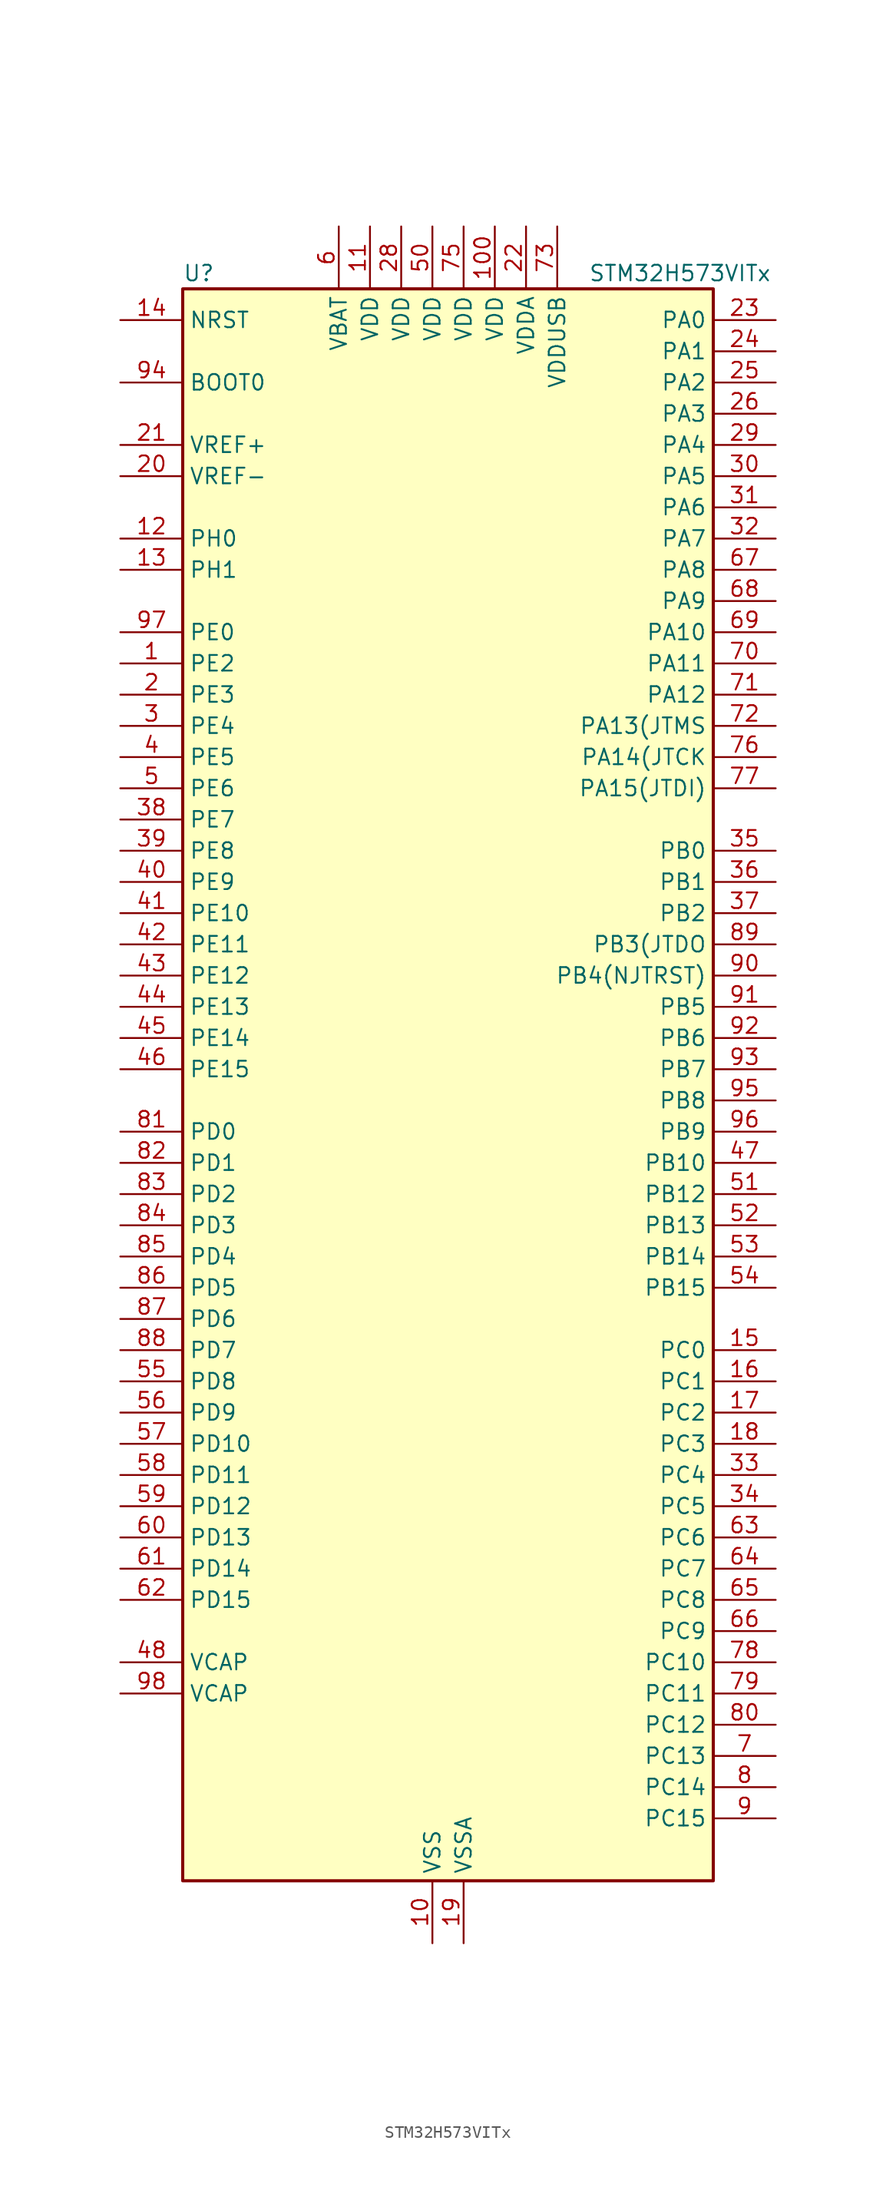
<source format=kicad_sym>
(kicad_symbol_lib
  (version 20231120)
  (generator "kicad_symbol_editor")
  (generator_version "8.0")
  (symbol "STM32H573VITx"
    (property "Reference" "U"
      (at -20.32 67.31 0)
      (effects (font (size 1.27 1.27)) (justify left)))
    (property "Value" "STM32H573VITx"
      (at 12.7 67.31 0)
      (effects (font (size 1.27 1.27)) (justify left)))
    (property "ki_locked" ""
      (at 0 0 0)
      (effects (font (size 1.27 1.27))))
    (symbol "STM32H573VITx_0_1"
      (rectangle (start -20.32 -63.5) (end 22.86 66.04) (stroke (width 0.254) (type default)) (fill (type background))))
    (symbol "STM32H573VITx_1_1"
      (pin bidirectional line (at -25.4 35.56 0) (length 5.08) (name "PE2" (effects (font (size 1.27 1.27)))) (number "1" (effects (font (size 1.27 1.27)))) (alternate "DCMI_D3" bidirectional line) (alternate "DEBUG_TRACECLK" bidirectional line) (alternate "ETH_TXD3" bidirectional line) (alternate "FMC_A23" bidirectional line) (alternate "LPTIM1_IN2" bidirectional line) (alternate "OCTOSPI1_IO2" bidirectional line) (alternate "PSSI_D3" bidirectional line) (alternate "SAI1_CK1" bidirectional line) (alternate "SAI1_MCLK_A" bidirectional line) (alternate "SPI4_SCK" bidirectional line) (alternate "UART8_TX" bidirectional line) (alternate "USART10_RX" bidirectional line))
      (pin power_in line (at 0 -68.58 90) (length 5.08) (name "VSS" (effects (font (size 1.27 1.27)))) (number "10" (effects (font (size 1.27 1.27)))))
      (pin power_in line (at 5.08 71.12 270) (length 5.08) (name "VDD" (effects (font (size 1.27 1.27)))) (number "100" (effects (font (size 1.27 1.27)))))
      (pin power_in line (at -5.08 71.12 270) (length 5.08) (name "VDD" (effects (font (size 1.27 1.27)))) (number "11" (effects (font (size 1.27 1.27)))))
      (pin bidirectional line (at -25.4 45.72 0) (length 5.08) (name "PH0" (effects (font (size 1.27 1.27)))) (number "12" (effects (font (size 1.27 1.27)))) (alternate "RCC_OSC_IN" bidirectional line))
      (pin bidirectional line (at -25.4 43.18 0) (length 5.08) (name "PH1" (effects (font (size 1.27 1.27)))) (number "13" (effects (font (size 1.27 1.27)))) (alternate "RCC_OSC_OUT" bidirectional line))
      (pin input line (at -25.4 63.5 0) (length 5.08) (name "NRST" (effects (font (size 1.27 1.27)))) (number "14" (effects (font (size 1.27 1.27)))))
      (pin bidirectional line (at 27.94 -20.32 180) (length 5.08) (name "PC0" (effects (font (size 1.27 1.27)))) (number "15" (effects (font (size 1.27 1.27)))) (alternate "ADC1_INP10" bidirectional line) (alternate "ADC2_INP10" bidirectional line) (alternate "FMC_A25" bidirectional line) (alternate "FMC_SDNWE" bidirectional line) (alternate "OCTOSPI1_IO7" bidirectional line) (alternate "SAI1_MCLK_A" bidirectional line) (alternate "SAI2_FS_B" bidirectional line) (alternate "SPI2_RDY" bidirectional line) (alternate "TIM16_BKIN" bidirectional line))
      (pin bidirectional line (at 27.94 -22.86 180) (length 5.08) (name "PC1" (effects (font (size 1.27 1.27)))) (number "16" (effects (font (size 1.27 1.27)))) (alternate "ADC1_INN10" bidirectional line) (alternate "ADC1_INP11" bidirectional line) (alternate "ADC2_INN10" bidirectional line) (alternate "ADC2_INP11" bidirectional line) (alternate "DEBUG_TRACED0" bidirectional line) (alternate "ETH_MDC" bidirectional line) (alternate "I2S2_SDO" bidirectional line) (alternate "OCTOSPI1_IO4" bidirectional line) (alternate "PWR_WKUP6" bidirectional line) (alternate "SAI1_D1" bidirectional line) (alternate "SAI1_SD_A" bidirectional line) (alternate "SAI2_SD_A" bidirectional line) (alternate "SPI2_MOSI" bidirectional line) (alternate "TAMP_IN3" bidirectional line) (alternate "TAMP_OUT5" bidirectional line) (alternate "USART11_RTS" bidirectional line))
      (pin bidirectional line (at 27.94 -25.4 180) (length 5.08) (name "PC2" (effects (font (size 1.27 1.27)))) (number "17" (effects (font (size 1.27 1.27)))) (alternate "ADC1_INN11" bidirectional line) (alternate "ADC1_INP12" bidirectional line) (alternate "ADC2_INN11" bidirectional line) (alternate "ADC2_INP12" bidirectional line) (alternate "ETH_TXD2" bidirectional line) (alternate "FMC_SDNE0" bidirectional line) (alternate "I2S2_SDI" bidirectional line) (alternate "OCTOSPI1_IO2" bidirectional line) (alternate "OCTOSPI1_IO5" bidirectional line) (alternate "PWR_CSLEEP" bidirectional line) (alternate "SPI2_MISO" bidirectional line) (alternate "TIM17_CH1" bidirectional line) (alternate "TIM4_CH4" bidirectional line))
      (pin bidirectional line (at 27.94 -27.94 180) (length 5.08) (name "PC3" (effects (font (size 1.27 1.27)))) (number "18" (effects (font (size 1.27 1.27)))) (alternate "ADC1_INN12" bidirectional line) (alternate "ADC1_INP13" bidirectional line) (alternate "ADC2_INN12" bidirectional line) (alternate "ADC2_INP13" bidirectional line) (alternate "ETH_TX_CLK" bidirectional line) (alternate "FMC_SDCKE0" bidirectional line) (alternate "I2S2_SDO" bidirectional line) (alternate "LPTIM3_CH1" bidirectional line) (alternate "OCTOSPI1_IO0" bidirectional line) (alternate "OCTOSPI1_IO6" bidirectional line) (alternate "PWR_CSTOP" bidirectional line) (alternate "SAI1_D3" bidirectional line) (alternate "SPI2_MOSI" bidirectional line))
      (pin power_in line (at 2.54 -68.58 90) (length 5.08) (name "VSSA" (effects (font (size 1.27 1.27)))) (number "19" (effects (font (size 1.27 1.27)))))
      (pin bidirectional line (at -25.4 33.02 0) (length 5.08) (name "PE3" (effects (font (size 1.27 1.27)))) (number "2" (effects (font (size 1.27 1.27)))) (alternate "DEBUG_TRACED0" bidirectional line) (alternate "FMC_A19" bidirectional line) (alternate "SAI1_SD_B" bidirectional line) (alternate "TAMP_IN6" bidirectional line) (alternate "TAMP_OUT3" bidirectional line) (alternate "TIM15_BKIN" bidirectional line) (alternate "USART10_TX" bidirectional line))
      (pin input line (at -25.4 50.8 0) (length 5.08) (name "VREF-" (effects (font (size 1.27 1.27)))) (number "20" (effects (font (size 1.27 1.27)))))
      (pin input line (at -25.4 53.34 0) (length 5.08) (name "VREF+" (effects (font (size 1.27 1.27)))) (number "21" (effects (font (size 1.27 1.27)))))
      (pin power_in line (at 7.62 71.12 270) (length 5.08) (name "VDDA" (effects (font (size 1.27 1.27)))) (number "22" (effects (font (size 1.27 1.27)))))
      (pin bidirectional line (at 27.94 63.5 180) (length 5.08) (name "PA0" (effects (font (size 1.27 1.27)))) (number "23" (effects (font (size 1.27 1.27)))) (alternate "ADC1_INN1" bidirectional line) (alternate "ADC1_INP0" bidirectional line) (alternate "ADC2_INN1" bidirectional line) (alternate "ADC2_INP0" bidirectional line) (alternate "ETH_CRS" bidirectional line) (alternate "PWR_WKUP1" bidirectional line) (alternate "SAI2_SD_B" bidirectional line) (alternate "SPI3_RDY" bidirectional line) (alternate "SPI6_NSS" bidirectional line) (alternate "TAMP_IN2" bidirectional line) (alternate "TAMP_OUT1" bidirectional line) (alternate "TIM15_BKIN" bidirectional line) (alternate "TIM2_CH1" bidirectional line) (alternate "TIM2_ETR" bidirectional line) (alternate "TIM5_CH1" bidirectional line) (alternate "TIM8_ETR" bidirectional line) (alternate "UART4_TX" bidirectional line) (alternate "USART2_CTS" bidirectional line) (alternate "USART2_NSS" bidirectional line))
      (pin bidirectional line (at 27.94 60.96 180) (length 5.08) (name "PA1" (effects (font (size 1.27 1.27)))) (number "24" (effects (font (size 1.27 1.27)))) (alternate "ADC1_INP1" bidirectional line) (alternate "ADC2_INP1" bidirectional line) (alternate "ETH_REF_CLK" bidirectional line) (alternate "ETH_RX_CLK" bidirectional line) (alternate "LPTIM1_IN1" bidirectional line) (alternate "OCTOSPI1_DQS" bidirectional line) (alternate "OCTOSPI1_IO3" bidirectional line) (alternate "SAI2_MCLK_B" bidirectional line) (alternate "TAMP_IN5" bidirectional line) (alternate "TAMP_OUT4" bidirectional line) (alternate "TIM15_CH1N" bidirectional line) (alternate "TIM2_CH2" bidirectional line) (alternate "TIM5_CH2" bidirectional line) (alternate "UART4_RX" bidirectional line) (alternate "USART2_RTS" bidirectional line))
      (pin bidirectional line (at 27.94 58.42 180) (length 5.08) (name "PA2" (effects (font (size 1.27 1.27)))) (number "25" (effects (font (size 1.27 1.27)))) (alternate "ADC1_INP14" bidirectional line) (alternate "ADC2_INP14" bidirectional line) (alternate "ETH_MDIO" bidirectional line) (alternate "LPTIM1_IN2" bidirectional line) (alternate "PWR_WKUP2" bidirectional line) (alternate "SAI2_SCK_B" bidirectional line) (alternate "TAMP_IN4" bidirectional line) (alternate "TAMP_OUT3" bidirectional line) (alternate "TIM15_CH1" bidirectional line) (alternate "TIM2_CH3" bidirectional line) (alternate "TIM5_CH3" bidirectional line) (alternate "USART2_TX" bidirectional line))
      (pin bidirectional line (at 27.94 55.88 180) (length 5.08) (name "PA3" (effects (font (size 1.27 1.27)))) (number "26" (effects (font (size 1.27 1.27)))) (alternate "ADC1_INP15" bidirectional line) (alternate "ADC2_INP15" bidirectional line) (alternate "ETH_COL" bidirectional line) (alternate "I2S2_WS" bidirectional line) (alternate "OCTOSPI1_CLK" bidirectional line) (alternate "SAI1_SD_B" bidirectional line) (alternate "SPI2_NSS" bidirectional line) (alternate "TIM15_CH2" bidirectional line) (alternate "TIM2_CH4" bidirectional line) (alternate "TIM5_CH4" bidirectional line) (alternate "USART2_RX" bidirectional line))
      (pin passive line (at 0 -68.58 90) (length 5.08) hide (name "VSS" (effects (font (size 1.27 1.27)))) (number "27" (effects (font (size 1.27 1.27)))))
      (pin power_in line (at -2.54 71.12 270) (length 5.08) (name "VDD" (effects (font (size 1.27 1.27)))) (number "28" (effects (font (size 1.27 1.27)))))
      (pin bidirectional line (at 27.94 53.34 180) (length 5.08) (name "PA4" (effects (font (size 1.27 1.27)))) (number "29" (effects (font (size 1.27 1.27)))) (alternate "ADC1_INP18" bidirectional line) (alternate "ADC2_INP18" bidirectional line) (alternate "DAC1_OUT1" bidirectional line) (alternate "DCMI_HSYNC" bidirectional line) (alternate "I2S1_WS" bidirectional line) (alternate "I2S3_WS" bidirectional line) (alternate "LPTIM2_CH1" bidirectional line) (alternate "PSSI_DE" bidirectional line) (alternate "SPI1_NSS" bidirectional line) (alternate "SPI3_NSS" bidirectional line) (alternate "SPI6_NSS" bidirectional line) (alternate "TIM5_ETR" bidirectional line) (alternate "USART2_CK" bidirectional line))
      (pin bidirectional line (at -25.4 30.48 0) (length 5.08) (name "PE4" (effects (font (size 1.27 1.27)))) (number "3" (effects (font (size 1.27 1.27)))) (alternate "DCMI_D4" bidirectional line) (alternate "DEBUG_TRACED1" bidirectional line) (alternate "FMC_A20" bidirectional line) (alternate "PSSI_D4" bidirectional line) (alternate "SAI1_D2" bidirectional line) (alternate "SAI1_FS_A" bidirectional line) (alternate "SPI4_NSS" bidirectional line) (alternate "TAMP_IN7" bidirectional line) (alternate "TAMP_OUT8" bidirectional line) (alternate "TIM15_CH1N" bidirectional line))
      (pin bidirectional line (at 27.94 50.8 180) (length 5.08) (name "PA5" (effects (font (size 1.27 1.27)))) (number "30" (effects (font (size 1.27 1.27)))) (alternate "ADC1_INN18" bidirectional line) (alternate "ADC1_INP19" bidirectional line) (alternate "ADC2_INN18" bidirectional line) (alternate "ADC2_INP19" bidirectional line) (alternate "DAC1_OUT2" bidirectional line) (alternate "ETH_TX_EN" bidirectional line) (alternate "I2S1_CK" bidirectional line) (alternate "PSSI_D14" bidirectional line) (alternate "SPI1_SCK" bidirectional line) (alternate "SPI6_SCK" bidirectional line) (alternate "TIM2_CH1" bidirectional line) (alternate "TIM2_ETR" bidirectional line) (alternate "TIM8_CH1N" bidirectional line))
      (pin bidirectional line (at 27.94 48.26 180) (length 5.08) (name "PA6" (effects (font (size 1.27 1.27)))) (number "31" (effects (font (size 1.27 1.27)))) (alternate "ADC1_INP3" bidirectional line) (alternate "ADC2_INP3" bidirectional line) (alternate "DCMI_PIXCLK" bidirectional line) (alternate "I2S1_SDI" bidirectional line) (alternate "OCTOSPI1_IO3" bidirectional line) (alternate "PSSI_PDCK" bidirectional line) (alternate "SPI1_MISO" bidirectional line) (alternate "SPI6_MISO" bidirectional line) (alternate "TIM13_CH1" bidirectional line) (alternate "TIM1_BKIN" bidirectional line) (alternate "TIM3_CH1" bidirectional line) (alternate "TIM8_BKIN" bidirectional line) (alternate "USART11_TX" bidirectional line))
      (pin bidirectional line (at 27.94 45.72 180) (length 5.08) (name "PA7" (effects (font (size 1.27 1.27)))) (number "32" (effects (font (size 1.27 1.27)))) (alternate "ADC1_INN3" bidirectional line) (alternate "ADC1_INP7" bidirectional line) (alternate "ADC2_INN3" bidirectional line) (alternate "ADC2_INP7" bidirectional line) (alternate "ETH_CRS_DV" bidirectional line) (alternate "ETH_RX_DV" bidirectional line) (alternate "FMC_NWE" bidirectional line) (alternate "FMC_SDNWE" bidirectional line) (alternate "I2S1_SDO" bidirectional line) (alternate "OCTOSPI1_IO2" bidirectional line) (alternate "SPI1_MOSI" bidirectional line) (alternate "SPI6_MOSI" bidirectional line) (alternate "TIM14_CH1" bidirectional line) (alternate "TIM1_CH1N" bidirectional line) (alternate "TIM3_CH2" bidirectional line) (alternate "TIM8_CH1N" bidirectional line) (alternate "USART11_RX" bidirectional line))
      (pin bidirectional line (at 27.94 -30.48 180) (length 5.08) (name "PC4" (effects (font (size 1.27 1.27)))) (number "33" (effects (font (size 1.27 1.27)))) (alternate "ADC1_INP4" bidirectional line) (alternate "ADC2_INP4" bidirectional line) (alternate "ETH_RXD0" bidirectional line) (alternate "FMC_SDNE0" bidirectional line) (alternate "I2S1_MCK" bidirectional line) (alternate "LPTIM2_ETR" bidirectional line) (alternate "SAI1_CK1" bidirectional line) (alternate "TIM2_CH4" bidirectional line) (alternate "USART3_RX" bidirectional line))
      (pin bidirectional line (at 27.94 -33.02 180) (length 5.08) (name "PC5" (effects (font (size 1.27 1.27)))) (number "34" (effects (font (size 1.27 1.27)))) (alternate "ADC1_INN4" bidirectional line) (alternate "ADC1_INP8" bidirectional line) (alternate "ADC2_INN4" bidirectional line) (alternate "ADC2_INP8" bidirectional line) (alternate "ETH_RXD1" bidirectional line) (alternate "FMC_SDCKE0" bidirectional line) (alternate "OCTOSPI1_DQS" bidirectional line) (alternate "PSSI_D15" bidirectional line) (alternate "SAI1_D3" bidirectional line) (alternate "SAI1_FS_A" bidirectional line) (alternate "TIM1_CH4N" bidirectional line) (alternate "UART12_RTS" bidirectional line))
      (pin bidirectional line (at 27.94 20.32 180) (length 5.08) (name "PB0" (effects (font (size 1.27 1.27)))) (number "35" (effects (font (size 1.27 1.27)))) (alternate "ADC1_INN5" bidirectional line) (alternate "ADC1_INP9" bidirectional line) (alternate "ADC2_INN5" bidirectional line) (alternate "ADC2_INP9" bidirectional line) (alternate "ETH_RXD2" bidirectional line) (alternate "LPTIM3_CH1" bidirectional line) (alternate "OCTOSPI1_IO1" bidirectional line) (alternate "TIM1_CH2N" bidirectional line) (alternate "TIM3_CH3" bidirectional line) (alternate "TIM8_CH2N" bidirectional line) (alternate "UART4_CTS" bidirectional line) (alternate "USART11_CK" bidirectional line))
      (pin bidirectional line (at 27.94 17.78 180) (length 5.08) (name "PB1" (effects (font (size 1.27 1.27)))) (number "36" (effects (font (size 1.27 1.27)))) (alternate "ADC1_INP5" bidirectional line) (alternate "ADC2_INP5" bidirectional line) (alternate "ETH_RXD3" bidirectional line) (alternate "LPTIM3_CH2" bidirectional line) (alternate "OCTOSPI1_IO0" bidirectional line) (alternate "TIM1_CH3N" bidirectional line) (alternate "TIM3_CH4" bidirectional line) (alternate "TIM8_CH3N" bidirectional line))
      (pin bidirectional line (at 27.94 15.24 180) (length 5.08) (name "PB2" (effects (font (size 1.27 1.27)))) (number "37" (effects (font (size 1.27 1.27)))) (alternate "I2S3_SDO" bidirectional line) (alternate "LPTIM1_CH1" bidirectional line) (alternate "LPTIM5_ETR" bidirectional line) (alternate "OCTOSPI1_CLK" bidirectional line) (alternate "OCTOSPI1_DQS" bidirectional line) (alternate "RCC_LSCO" bidirectional line) (alternate "RTC_OUT2" bidirectional line) (alternate "SAI1_D1" bidirectional line) (alternate "SAI1_SD_A" bidirectional line) (alternate "SDMMC1_CMD" bidirectional line) (alternate "SPI1_RDY" bidirectional line) (alternate "SPI3_MOSI" bidirectional line) (alternate "TIM8_CH4N" bidirectional line))
      (pin bidirectional line (at -25.4 22.86 0) (length 5.08) (name "PE7" (effects (font (size 1.27 1.27)))) (number "38" (effects (font (size 1.27 1.27)))) (alternate "FMC_D4" bidirectional line) (alternate "FMC_DA4" bidirectional line) (alternate "OCTOSPI1_IO4" bidirectional line) (alternate "TIM1_ETR" bidirectional line) (alternate "UART12_RTS" bidirectional line) (alternate "UART7_RX" bidirectional line))
      (pin bidirectional line (at -25.4 20.32 0) (length 5.08) (name "PE8" (effects (font (size 1.27 1.27)))) (number "39" (effects (font (size 1.27 1.27)))) (alternate "FMC_D5" bidirectional line) (alternate "FMC_DA5" bidirectional line) (alternate "OCTOSPI1_IO5" bidirectional line) (alternate "TIM1_CH1N" bidirectional line) (alternate "UART12_CTS" bidirectional line) (alternate "UART7_TX" bidirectional line))
      (pin bidirectional line (at -25.4 27.94 0) (length 5.08) (name "PE5" (effects (font (size 1.27 1.27)))) (number "4" (effects (font (size 1.27 1.27)))) (alternate "DCMI_D6" bidirectional line) (alternate "DEBUG_TRACED2" bidirectional line) (alternate "FMC_A21" bidirectional line) (alternate "PSSI_D6" bidirectional line) (alternate "SAI1_CK2" bidirectional line) (alternate "SAI1_SCK_A" bidirectional line) (alternate "SPI4_MISO" bidirectional line) (alternate "TAMP_IN8" bidirectional line) (alternate "TAMP_OUT7" bidirectional line) (alternate "TIM15_CH1" bidirectional line))
      (pin bidirectional line (at -25.4 17.78 0) (length 5.08) (name "PE9" (effects (font (size 1.27 1.27)))) (number "40" (effects (font (size 1.27 1.27)))) (alternate "DAC1_EXTI9" bidirectional line) (alternate "FMC_D6" bidirectional line) (alternate "FMC_DA6" bidirectional line) (alternate "OCTOSPI1_IO6" bidirectional line) (alternate "TIM1_CH1" bidirectional line) (alternate "UART12_RX" bidirectional line) (alternate "UART7_RTS" bidirectional line))
      (pin bidirectional line (at -25.4 15.24 0) (length 5.08) (name "PE10" (effects (font (size 1.27 1.27)))) (number "41" (effects (font (size 1.27 1.27)))) (alternate "FMC_D7" bidirectional line) (alternate "FMC_DA7" bidirectional line) (alternate "OCTOSPI1_IO7" bidirectional line) (alternate "TIM1_CH2N" bidirectional line) (alternate "UART12_TX" bidirectional line) (alternate "UART7_CTS" bidirectional line))
      (pin bidirectional line (at -25.4 12.7 0) (length 5.08) (name "PE11" (effects (font (size 1.27 1.27)))) (number "42" (effects (font (size 1.27 1.27)))) (alternate "ADC1_EXTI11" bidirectional line) (alternate "ADC2_EXTI11" bidirectional line) (alternate "FMC_D8" bidirectional line) (alternate "FMC_DA8" bidirectional line) (alternate "OCTOSPI1_NCS" bidirectional line) (alternate "SAI2_SD_B" bidirectional line) (alternate "SPI1_RDY" bidirectional line) (alternate "SPI4_NSS" bidirectional line) (alternate "TIM1_CH2" bidirectional line))
      (pin bidirectional line (at -25.4 10.16 0) (length 5.08) (name "PE12" (effects (font (size 1.27 1.27)))) (number "43" (effects (font (size 1.27 1.27)))) (alternate "FMC_D9" bidirectional line) (alternate "FMC_DA9" bidirectional line) (alternate "SAI2_SCK_B" bidirectional line) (alternate "SPI4_SCK" bidirectional line) (alternate "TIM1_CH3N" bidirectional line))
      (pin bidirectional line (at -25.4 7.62 0) (length 5.08) (name "PE13" (effects (font (size 1.27 1.27)))) (number "44" (effects (font (size 1.27 1.27)))) (alternate "FMC_D10" bidirectional line) (alternate "FMC_DA10" bidirectional line) (alternate "SAI2_FS_B" bidirectional line) (alternate "SPI4_MISO" bidirectional line) (alternate "TIM1_CH3" bidirectional line))
      (pin bidirectional line (at -25.4 5.08 0) (length 5.08) (name "PE14" (effects (font (size 1.27 1.27)))) (number "45" (effects (font (size 1.27 1.27)))) (alternate "FMC_D11" bidirectional line) (alternate "FMC_DA11" bidirectional line) (alternate "SAI2_MCLK_B" bidirectional line) (alternate "SPI4_MOSI" bidirectional line) (alternate "TIM1_CH4" bidirectional line))
      (pin bidirectional line (at -25.4 2.54 0) (length 5.08) (name "PE15" (effects (font (size 1.27 1.27)))) (number "46" (effects (font (size 1.27 1.27)))) (alternate "ADC1_EXTI15" bidirectional line) (alternate "ADC2_EXTI15" bidirectional line) (alternate "FMC_D12" bidirectional line) (alternate "FMC_DA12" bidirectional line) (alternate "TIM1_BKIN" bidirectional line) (alternate "TIM1_CH4N" bidirectional line) (alternate "USART10_CK" bidirectional line))
      (pin bidirectional line (at 27.94 -5.08 180) (length 5.08) (name "PB10" (effects (font (size 1.27 1.27)))) (number "47" (effects (font (size 1.27 1.27)))) (alternate "ETH_RX_ER" bidirectional line) (alternate "I2C2_SCL" bidirectional line) (alternate "I2S2_CK" bidirectional line) (alternate "LPTIM2_IN1" bidirectional line) (alternate "LPTIM3_CH1" bidirectional line) (alternate "OCTOSPI1_NCS" bidirectional line) (alternate "SPI2_SCK" bidirectional line) (alternate "TIM2_CH3" bidirectional line) (alternate "USART3_TX" bidirectional line))
      (pin power_out line (at -25.4 -45.72 0) (length 5.08) (name "VCAP" (effects (font (size 1.27 1.27)))) (number "48" (effects (font (size 1.27 1.27)))))
      (pin passive line (at 0 -68.58 90) (length 5.08) hide (name "VSS" (effects (font (size 1.27 1.27)))) (number "49" (effects (font (size 1.27 1.27)))))
      (pin bidirectional line (at -25.4 25.4 0) (length 5.08) (name "PE6" (effects (font (size 1.27 1.27)))) (number "5" (effects (font (size 1.27 1.27)))) (alternate "DCMI_D7" bidirectional line) (alternate "DEBUG_TRACED3" bidirectional line) (alternate "FMC_A22" bidirectional line) (alternate "PSSI_D7" bidirectional line) (alternate "SAI1_D1" bidirectional line) (alternate "SAI1_SD_A" bidirectional line) (alternate "SAI2_MCLK_B" bidirectional line) (alternate "SPI4_MOSI" bidirectional line) (alternate "TAMP_IN3" bidirectional line) (alternate "TAMP_OUT6" bidirectional line) (alternate "TIM15_CH2" bidirectional line) (alternate "TIM1_BKIN2" bidirectional line))
      (pin power_in line (at 0 71.12 270) (length 5.08) (name "VDD" (effects (font (size 1.27 1.27)))) (number "50" (effects (font (size 1.27 1.27)))))
      (pin bidirectional line (at 27.94 -7.62 180) (length 5.08) (name "PB12" (effects (font (size 1.27 1.27)))) (number "51" (effects (font (size 1.27 1.27)))) (alternate "ETH_TXD0" bidirectional line) (alternate "FDCAN2_RX" bidirectional line) (alternate "I2C2_SDA" bidirectional line) (alternate "I2S2_WS" bidirectional line) (alternate "OCTOSPI1_NCLK" bidirectional line) (alternate "SPI2_NSS" bidirectional line) (alternate "TIM1_BKIN" bidirectional line) (alternate "UART5_RX" bidirectional line) (alternate "UCPD1_FRSTX" bidirectional line) (alternate "USART3_CK" bidirectional line))
      (pin bidirectional line (at 27.94 -10.16 180) (length 5.08) (name "PB13" (effects (font (size 1.27 1.27)))) (number "52" (effects (font (size 1.27 1.27)))) (alternate "FDCAN2_TX" bidirectional line) (alternate "I2C2_SMBA" bidirectional line) (alternate "I2S2_CK" bidirectional line) (alternate "LPTIM2_CH1" bidirectional line) (alternate "LPTIM3_IN1" bidirectional line) (alternate "SDMMC1_D0" bidirectional line) (alternate "SPI2_SCK" bidirectional line) (alternate "TIM1_CH1N" bidirectional line) (alternate "UART5_TX" bidirectional line) (alternate "UCPD1_CC1" bidirectional line) (alternate "USART3_CTS" bidirectional line) (alternate "USART3_NSS" bidirectional line))
      (pin bidirectional line (at 27.94 -12.7 180) (length 5.08) (name "PB14" (effects (font (size 1.27 1.27)))) (number "53" (effects (font (size 1.27 1.27)))) (alternate "I2S2_SDI" bidirectional line) (alternate "LPTIM3_ETR" bidirectional line) (alternate "SPI2_MISO" bidirectional line) (alternate "TIM12_CH1" bidirectional line) (alternate "TIM1_CH2N" bidirectional line) (alternate "TIM8_CH2N" bidirectional line) (alternate "UART4_DE" bidirectional line) (alternate "UART4_RTS" bidirectional line) (alternate "UCPD1_CC2" bidirectional line) (alternate "USART1_TX" bidirectional line) (alternate "USART3_RTS" bidirectional line))
      (pin bidirectional line (at 27.94 -15.24 180) (length 5.08) (name "PB15" (effects (font (size 1.27 1.27)))) (number "54" (effects (font (size 1.27 1.27)))) (alternate "ADC1_EXTI15" bidirectional line) (alternate "ADC2_EXTI15" bidirectional line) (alternate "DCMI_D2" bidirectional line) (alternate "ETH_TXD1" bidirectional line) (alternate "I2S2_SDO" bidirectional line) (alternate "OCTOSPI1_CLK" bidirectional line) (alternate "PSSI_D2" bidirectional line) (alternate "PWR_PVD_IN" bidirectional line) (alternate "RTC_REFIN" bidirectional line) (alternate "SPI2_MOSI" bidirectional line) (alternate "TIM12_CH2" bidirectional line) (alternate "TIM1_CH3N" bidirectional line) (alternate "TIM8_CH3N" bidirectional line) (alternate "UART4_CTS" bidirectional line) (alternate "UART5_RX" bidirectional line) (alternate "USART11_CTS" bidirectional line) (alternate "USART11_NSS" bidirectional line) (alternate "USART1_RX" bidirectional line))
      (pin bidirectional line (at -25.4 -22.86 0) (length 5.08) (name "PD8" (effects (font (size 1.27 1.27)))) (number "55" (effects (font (size 1.27 1.27)))) (alternate "FMC_D13" bidirectional line) (alternate "FMC_DA13" bidirectional line) (alternate "USART3_TX" bidirectional line))
      (pin bidirectional line (at -25.4 -25.4 0) (length 5.08) (name "PD9" (effects (font (size 1.27 1.27)))) (number "56" (effects (font (size 1.27 1.27)))) (alternate "DAC1_EXTI9" bidirectional line) (alternate "FDCAN2_RX" bidirectional line) (alternate "FMC_D14" bidirectional line) (alternate "FMC_DA14" bidirectional line) (alternate "USART3_RX" bidirectional line))
      (pin bidirectional line (at -25.4 -27.94 0) (length 5.08) (name "PD10" (effects (font (size 1.27 1.27)))) (number "57" (effects (font (size 1.27 1.27)))) (alternate "FMC_D15" bidirectional line) (alternate "FMC_DA15" bidirectional line) (alternate "LPTIM2_CH2" bidirectional line) (alternate "USART3_CK" bidirectional line))
      (pin bidirectional line (at -25.4 -30.48 0) (length 5.08) (name "PD11" (effects (font (size 1.27 1.27)))) (number "58" (effects (font (size 1.27 1.27)))) (alternate "ADC1_EXTI11" bidirectional line) (alternate "ADC2_EXTI11" bidirectional line) (alternate "FMC_A16" bidirectional line) (alternate "FMC_CLE" bidirectional line) (alternate "I2C4_SMBA" bidirectional line) (alternate "LPTIM2_IN2" bidirectional line) (alternate "OCTOSPI1_IO0" bidirectional line) (alternate "SAI1_CK1" bidirectional line) (alternate "SAI2_SD_A" bidirectional line) (alternate "UART4_RX" bidirectional line) (alternate "USART3_CTS" bidirectional line) (alternate "USART3_NSS" bidirectional line))
      (pin bidirectional line (at -25.4 -33.02 0) (length 5.08) (name "PD12" (effects (font (size 1.27 1.27)))) (number "59" (effects (font (size 1.27 1.27)))) (alternate "DCMI_D12" bidirectional line) (alternate "FMC_A17" bidirectional line) (alternate "FMC_ALE" bidirectional line) (alternate "I2C4_SCL" bidirectional line) (alternate "I3C1_SCL" bidirectional line) (alternate "LPTIM1_IN1" bidirectional line) (alternate "LPTIM2_IN1" bidirectional line) (alternate "OCTOSPI1_IO1" bidirectional line) (alternate "PSSI_D12" bidirectional line) (alternate "SAI1_D1" bidirectional line) (alternate "SAI2_FS_A" bidirectional line) (alternate "TIM4_CH1" bidirectional line) (alternate "UART4_TX" bidirectional line) (alternate "USART3_RTS" bidirectional line))
      (pin power_in line (at -7.62 71.12 270) (length 5.08) (name "VBAT" (effects (font (size 1.27 1.27)))) (number "6" (effects (font (size 1.27 1.27)))))
      (pin bidirectional line (at -25.4 -35.56 0) (length 5.08) (name "PD13" (effects (font (size 1.27 1.27)))) (number "60" (effects (font (size 1.27 1.27)))) (alternate "DCMI_D13" bidirectional line) (alternate "FMC_A18" bidirectional line) (alternate "I2C4_SDA" bidirectional line) (alternate "I3C1_SDA" bidirectional line) (alternate "LPTIM1_CH1" bidirectional line) (alternate "LPTIM2_CH1" bidirectional line) (alternate "LPTIM4_IN1" bidirectional line) (alternate "OCTOSPI1_IO3" bidirectional line) (alternate "PSSI_D13" bidirectional line) (alternate "SAI2_SCK_A" bidirectional line) (alternate "TIM4_CH2" bidirectional line) (alternate "UART9_RTS" bidirectional line))
      (pin bidirectional line (at -25.4 -38.1 0) (length 5.08) (name "PD14" (effects (font (size 1.27 1.27)))) (number "61" (effects (font (size 1.27 1.27)))) (alternate "FMC_D0" bidirectional line) (alternate "FMC_DA0" bidirectional line) (alternate "TIM4_CH3" bidirectional line) (alternate "UART8_CTS" bidirectional line) (alternate "UART9_RX" bidirectional line))
      (pin bidirectional line (at -25.4 -40.64 0) (length 5.08) (name "PD15" (effects (font (size 1.27 1.27)))) (number "62" (effects (font (size 1.27 1.27)))) (alternate "ADC1_EXTI15" bidirectional line) (alternate "ADC2_EXTI15" bidirectional line) (alternate "FMC_D1" bidirectional line) (alternate "FMC_DA1" bidirectional line) (alternate "TIM4_CH4" bidirectional line) (alternate "UART8_RTS" bidirectional line) (alternate "UART9_TX" bidirectional line))
      (pin bidirectional line (at 27.94 -35.56 180) (length 5.08) (name "PC6" (effects (font (size 1.27 1.27)))) (number "63" (effects (font (size 1.27 1.27)))) (alternate "DCMI_D0" bidirectional line) (alternate "FMC_NWAIT" bidirectional line) (alternate "I2S2_MCK" bidirectional line) (alternate "OCTOSPI1_IO5" bidirectional line) (alternate "PSSI_D0" bidirectional line) (alternate "SAI1_SCK_A" bidirectional line) (alternate "SDMMC1_D0DIR" bidirectional line) (alternate "SDMMC1_D6" bidirectional line) (alternate "TIM3_CH1" bidirectional line) (alternate "TIM8_CH1" bidirectional line) (alternate "USART6_TX" bidirectional line))
      (pin bidirectional line (at 27.94 -38.1 180) (length 5.08) (name "PC7" (effects (font (size 1.27 1.27)))) (number "64" (effects (font (size 1.27 1.27)))) (alternate "DCMI_D1" bidirectional line) (alternate "DEBUG_TRGIO" bidirectional line) (alternate "FMC_NE1" bidirectional line) (alternate "I2S3_MCK" bidirectional line) (alternate "OCTOSPI1_IO6" bidirectional line) (alternate "PSSI_D1" bidirectional line) (alternate "SDMMC1_D123DIR" bidirectional line) (alternate "SDMMC1_D7" bidirectional line) (alternate "TIM3_CH2" bidirectional line) (alternate "TIM8_CH2" bidirectional line) (alternate "USART6_RX" bidirectional line))
      (pin bidirectional line (at 27.94 -40.64 180) (length 5.08) (name "PC8" (effects (font (size 1.27 1.27)))) (number "65" (effects (font (size 1.27 1.27)))) (alternate "DCMI_D2" bidirectional line) (alternate "DEBUG_TRACED1" bidirectional line) (alternate "FMC_ALE" bidirectional line) (alternate "FMC_INT" bidirectional line) (alternate "FMC_NCE" bidirectional line) (alternate "FMC_NE2" bidirectional line) (alternate "PSSI_D2" bidirectional line) (alternate "SDMMC1_D0" bidirectional line) (alternate "TIM3_CH3" bidirectional line) (alternate "TIM8_CH3" bidirectional line) (alternate "UART5_DE" bidirectional line) (alternate "UART5_RTS" bidirectional line) (alternate "USART6_CK" bidirectional line))
      (pin bidirectional line (at 27.94 -43.18 180) (length 5.08) (name "PC9" (effects (font (size 1.27 1.27)))) (number "66" (effects (font (size 1.27 1.27)))) (alternate "AUDIOCLK" bidirectional line) (alternate "DAC1_EXTI9" bidirectional line) (alternate "DCMI_D3" bidirectional line) (alternate "FMC_CLE" bidirectional line) (alternate "I2C3_SDA" bidirectional line) (alternate "OCTOSPI1_IO0" bidirectional line) (alternate "PSSI_D3" bidirectional line) (alternate "RCC_MCO_2" bidirectional line) (alternate "SDMMC1_D1" bidirectional line) (alternate "TIM3_CH4" bidirectional line) (alternate "TIM8_CH4" bidirectional line) (alternate "UART5_CTS" bidirectional line) (alternate "UCPD1_DB2" bidirectional line))
      (pin bidirectional line (at 27.94 43.18 180) (length 5.08) (name "PA8" (effects (font (size 1.27 1.27)))) (number "67" (effects (font (size 1.27 1.27)))) (alternate "DCMI_D3" bidirectional line) (alternate "FMC_NOE" bidirectional line) (alternate "I2C3_SCL" bidirectional line) (alternate "PSSI_D3" bidirectional line) (alternate "RCC_MCO_1" bidirectional line) (alternate "SPI1_RDY" bidirectional line) (alternate "TIM1_CH1" bidirectional line) (alternate "TIM8_BKIN2" bidirectional line) (alternate "UART7_RX" bidirectional line) (alternate "USART1_CK" bidirectional line) (alternate "USB_SOF" bidirectional line))
      (pin bidirectional line (at 27.94 40.64 180) (length 5.08) (name "PA9" (effects (font (size 1.27 1.27)))) (number "68" (effects (font (size 1.27 1.27)))) (alternate "DAC1_EXTI9" bidirectional line) (alternate "DCMI_D0" bidirectional line) (alternate "ETH_TX_ER" bidirectional line) (alternate "FMC_NWE" bidirectional line) (alternate "I2C3_SMBA" bidirectional line) (alternate "I2S2_CK" bidirectional line) (alternate "LPUART1_TX" bidirectional line) (alternate "PSSI_D0" bidirectional line) (alternate "SPI2_SCK" bidirectional line) (alternate "TIM1_CH2" bidirectional line) (alternate "UCPD1_DB1" bidirectional line) (alternate "USART1_TX" bidirectional line))
      (pin bidirectional line (at 27.94 38.1 180) (length 5.08) (name "PA10" (effects (font (size 1.27 1.27)))) (number "69" (effects (font (size 1.27 1.27)))) (alternate "DCMI_D1" bidirectional line) (alternate "FDCAN2_TX" bidirectional line) (alternate "LPTIM2_IN2" bidirectional line) (alternate "LPUART1_RX" bidirectional line) (alternate "PSSI_D1" bidirectional line) (alternate "SDMMC1_D0" bidirectional line) (alternate "TIM1_CH3" bidirectional line) (alternate "UCPD1_FRSTX" bidirectional line) (alternate "USART1_RX" bidirectional line))
      (pin bidirectional line (at 27.94 -53.34 180) (length 5.08) (name "PC13" (effects (font (size 1.27 1.27)))) (number "7" (effects (font (size 1.27 1.27)))) (alternate "PWR_WKUP4" bidirectional line) (alternate "RTC_OUT1" bidirectional line) (alternate "RTC_TS" bidirectional line) (alternate "TAMP_IN1" bidirectional line) (alternate "TAMP_OUT2" bidirectional line) (alternate "TAMP_OUT3" bidirectional line))
      (pin bidirectional line (at 27.94 35.56 180) (length 5.08) (name "PA11" (effects (font (size 1.27 1.27)))) (number "70" (effects (font (size 1.27 1.27)))) (alternate "ADC1_EXTI11" bidirectional line) (alternate "ADC2_EXTI11" bidirectional line) (alternate "FDCAN1_RX" bidirectional line) (alternate "I2S2_WS" bidirectional line) (alternate "LPUART1_CTS" bidirectional line) (alternate "SPI2_NSS" bidirectional line) (alternate "TIM1_CH4" bidirectional line) (alternate "UART4_RX" bidirectional line) (alternate "USART1_CTS" bidirectional line) (alternate "USART1_NSS" bidirectional line) (alternate "USB_DM" bidirectional line))
      (pin bidirectional line (at 27.94 33.02 180) (length 5.08) (name "PA12" (effects (font (size 1.27 1.27)))) (number "71" (effects (font (size 1.27 1.27)))) (alternate "FDCAN1_TX" bidirectional line) (alternate "I2S2_CK" bidirectional line) (alternate "LPUART1_RTS" bidirectional line) (alternate "SAI2_FS_B" bidirectional line) (alternate "SPI2_SCK" bidirectional line) (alternate "TIM1_ETR" bidirectional line) (alternate "UART4_TX" bidirectional line) (alternate "USART1_RTS" bidirectional line) (alternate "USB_DP" bidirectional line))
      (pin bidirectional line (at 27.94 30.48 180) (length 5.08) (name "PA13(JTMS" (effects (font (size 1.27 1.27)))) (number "72" (effects (font (size 1.27 1.27)))) (alternate "DEBUG_JTMS-SWDIO" bidirectional line))
      (pin power_in line (at 10.16 71.12 270) (length 5.08) (name "VDDUSB" (effects (font (size 1.27 1.27)))) (number "73" (effects (font (size 1.27 1.27)))))
      (pin passive line (at 0 -68.58 90) (length 5.08) hide (name "VSS" (effects (font (size 1.27 1.27)))) (number "74" (effects (font (size 1.27 1.27)))))
      (pin power_in line (at 2.54 71.12 270) (length 5.08) (name "VDD" (effects (font (size 1.27 1.27)))) (number "75" (effects (font (size 1.27 1.27)))))
      (pin bidirectional line (at 27.94 27.94 180) (length 5.08) (name "PA14(JTCK" (effects (font (size 1.27 1.27)))) (number "76" (effects (font (size 1.27 1.27)))) (alternate "DEBUG_JTCK-SWCLK" bidirectional line))
      (pin bidirectional line (at 27.94 25.4 180) (length 5.08) (name "PA15(JTDI)" (effects (font (size 1.27 1.27)))) (number "77" (effects (font (size 1.27 1.27)))) (alternate "ADC1_EXTI15" bidirectional line) (alternate "ADC2_EXTI15" bidirectional line) (alternate "CEC" bidirectional line) (alternate "DCMI_D11" bidirectional line) (alternate "DEBUG_JTDI" bidirectional line) (alternate "FMC_NBL1" bidirectional line) (alternate "I2S1_WS" bidirectional line) (alternate "I2S3_WS" bidirectional line) (alternate "LPTIM3_IN2" bidirectional line) (alternate "PSSI_D11" bidirectional line) (alternate "SPI1_NSS" bidirectional line) (alternate "SPI3_NSS" bidirectional line) (alternate "SPI6_NSS" bidirectional line) (alternate "TIM2_CH1" bidirectional line) (alternate "TIM2_ETR" bidirectional line) (alternate "UART4_DE" bidirectional line) (alternate "UART4_RTS" bidirectional line) (alternate "UART7_TX" bidirectional line))
      (pin bidirectional line (at 27.94 -45.72 180) (length 5.08) (name "PC10" (effects (font (size 1.27 1.27)))) (number "78" (effects (font (size 1.27 1.27)))) (alternate "DCMI_D8" bidirectional line) (alternate "ETH_TXD0" bidirectional line) (alternate "I2S3_CK" bidirectional line) (alternate "LPTIM3_ETR" bidirectional line) (alternate "OCTOSPI1_IO1" bidirectional line) (alternate "PSSI_D8" bidirectional line) (alternate "SDMMC1_D2" bidirectional line) (alternate "SPI3_SCK" bidirectional line) (alternate "UART4_TX" bidirectional line) (alternate "USART3_TX" bidirectional line))
      (pin bidirectional line (at 27.94 -48.26 180) (length 5.08) (name "PC11" (effects (font (size 1.27 1.27)))) (number "79" (effects (font (size 1.27 1.27)))) (alternate "ADC1_EXTI11" bidirectional line) (alternate "ADC2_EXTI11" bidirectional line) (alternate "DCMI_D4" bidirectional line) (alternate "I2S3_SDI" bidirectional line) (alternate "LPTIM3_IN1" bidirectional line) (alternate "OCTOSPI1_NCS" bidirectional line) (alternate "PSSI_D4" bidirectional line) (alternate "SDMMC1_D3" bidirectional line) (alternate "SPI3_MISO" bidirectional line) (alternate "UART4_RX" bidirectional line) (alternate "USART3_RX" bidirectional line))
      (pin bidirectional line (at 27.94 -55.88 180) (length 5.08) (name "PC14" (effects (font (size 1.27 1.27)))) (number "8" (effects (font (size 1.27 1.27)))) (alternate "RCC_OSC32_IN" bidirectional line))
      (pin bidirectional line (at 27.94 -50.8 180) (length 5.08) (name "PC12" (effects (font (size 1.27 1.27)))) (number "80" (effects (font (size 1.27 1.27)))) (alternate "DCMI_D9" bidirectional line) (alternate "DEBUG_TRACED3" bidirectional line) (alternate "I2S3_SDO" bidirectional line) (alternate "PSSI_D9" bidirectional line) (alternate "SDMMC1_CK" bidirectional line) (alternate "SPI3_MOSI" bidirectional line) (alternate "SPI6_SCK" bidirectional line) (alternate "TIM15_CH1" bidirectional line) (alternate "UART5_TX" bidirectional line) (alternate "USART3_CK" bidirectional line))
      (pin bidirectional line (at -25.4 -2.54 0) (length 5.08) (name "PD0" (effects (font (size 1.27 1.27)))) (number "81" (effects (font (size 1.27 1.27)))) (alternate "FDCAN1_RX" bidirectional line) (alternate "FMC_D2" bidirectional line) (alternate "FMC_DA2" bidirectional line) (alternate "TIM8_CH4N" bidirectional line) (alternate "UART4_RX" bidirectional line) (alternate "UART9_CTS" bidirectional line))
      (pin bidirectional line (at -25.4 -5.08 0) (length 5.08) (name "PD1" (effects (font (size 1.27 1.27)))) (number "82" (effects (font (size 1.27 1.27)))) (alternate "FDCAN1_TX" bidirectional line) (alternate "FMC_D3" bidirectional line) (alternate "FMC_DA3" bidirectional line) (alternate "UART4_TX" bidirectional line))
      (pin bidirectional line (at -25.4 -7.62 0) (length 5.08) (name "PD2" (effects (font (size 1.27 1.27)))) (number "83" (effects (font (size 1.27 1.27)))) (alternate "DCMI_D11" bidirectional line) (alternate "DEBUG_TRACED2" bidirectional line) (alternate "LPTIM4_ETR" bidirectional line) (alternate "PSSI_D11" bidirectional line) (alternate "PWR_WKUP7" bidirectional line) (alternate "SDMMC1_CMD" bidirectional line) (alternate "TIM15_BKIN" bidirectional line) (alternate "TIM3_ETR" bidirectional line) (alternate "UART5_RX" bidirectional line))
      (pin bidirectional line (at -25.4 -10.16 0) (length 5.08) (name "PD3" (effects (font (size 1.27 1.27)))) (number "84" (effects (font (size 1.27 1.27)))) (alternate "DCMI_D5" bidirectional line) (alternate "FMC_CLK" bidirectional line) (alternate "I2S2_CK" bidirectional line) (alternate "PSSI_D5" bidirectional line) (alternate "PWR_WKUP8" bidirectional line) (alternate "SPI2_SCK" bidirectional line) (alternate "USART2_CTS" bidirectional line) (alternate "USART2_NSS" bidirectional line))
      (pin bidirectional line (at -25.4 -12.7 0) (length 5.08) (name "PD4" (effects (font (size 1.27 1.27)))) (number "85" (effects (font (size 1.27 1.27)))) (alternate "FMC_NOE" bidirectional line) (alternate "OCTOSPI1_IO4" bidirectional line) (alternate "USART2_RTS" bidirectional line))
      (pin bidirectional line (at -25.4 -15.24 0) (length 5.08) (name "PD5" (effects (font (size 1.27 1.27)))) (number "86" (effects (font (size 1.27 1.27)))) (alternate "FDCAN1_TX" bidirectional line) (alternate "FMC_NWE" bidirectional line) (alternate "OCTOSPI1_IO5" bidirectional line) (alternate "SPI2_RDY" bidirectional line) (alternate "TIM1_CH4N" bidirectional line) (alternate "USART2_TX" bidirectional line))
      (pin bidirectional line (at -25.4 -17.78 0) (length 5.08) (name "PD6" (effects (font (size 1.27 1.27)))) (number "87" (effects (font (size 1.27 1.27)))) (alternate "DCMI_D10" bidirectional line) (alternate "FMC_NWAIT" bidirectional line) (alternate "I2S3_SDO" bidirectional line) (alternate "OCTOSPI1_IO6" bidirectional line) (alternate "PSSI_D10" bidirectional line) (alternate "SAI1_D1" bidirectional line) (alternate "SAI1_SD_A" bidirectional line) (alternate "SPI3_MOSI" bidirectional line) (alternate "USART2_RX" bidirectional line))
      (pin bidirectional line (at -25.4 -20.32 0) (length 5.08) (name "PD7" (effects (font (size 1.27 1.27)))) (number "88" (effects (font (size 1.27 1.27)))) (alternate "FMC_NCE" bidirectional line) (alternate "FMC_NE1" bidirectional line) (alternate "I2S1_SDO" bidirectional line) (alternate "LPTIM4_OUT" bidirectional line) (alternate "OCTOSPI1_IO7" bidirectional line) (alternate "SPI1_MOSI" bidirectional line) (alternate "USART2_CK" bidirectional line))
      (pin bidirectional line (at 27.94 12.7 180) (length 5.08) (name "PB3(JTDO" (effects (font (size 1.27 1.27)))) (number "89" (effects (font (size 1.27 1.27)))) (alternate "CRS_SYNC" bidirectional line) (alternate "DEBUG_JTDO-SWO" bidirectional line) (alternate "I2C2_SDA" bidirectional line) (alternate "I2S1_CK" bidirectional line) (alternate "I2S3_CK" bidirectional line) (alternate "LPTIM6_ETR" bidirectional line) (alternate "SPI1_SCK" bidirectional line) (alternate "SPI3_SCK" bidirectional line) (alternate "SPI6_SCK" bidirectional line) (alternate "TIM2_CH2" bidirectional line) (alternate "UART12_CTS" bidirectional line) (alternate "UART7_RX" bidirectional line))
      (pin bidirectional line (at 27.94 -58.42 180) (length 5.08) (name "PC15" (effects (font (size 1.27 1.27)))) (number "9" (effects (font (size 1.27 1.27)))) (alternate "ADC1_EXTI15" bidirectional line) (alternate "ADC2_EXTI15" bidirectional line) (alternate "RCC_OSC32_OUT" bidirectional line))
      (pin bidirectional line (at 27.94 10.16 180) (length 5.08) (name "PB4(NJTRST)" (effects (font (size 1.27 1.27)))) (number "90" (effects (font (size 1.27 1.27)))) (alternate "DCMI_D7" bidirectional line) (alternate "DEBUG_JTRST" bidirectional line) (alternate "I2S1_SDI" bidirectional line) (alternate "I2S2_WS" bidirectional line) (alternate "I2S3_SDI" bidirectional line) (alternate "LPTIM1_CH2" bidirectional line) (alternate "OCTOSPI1_CLK" bidirectional line) (alternate "PSSI_D7" bidirectional line) (alternate "SPI1_MISO" bidirectional line) (alternate "SPI2_NSS" bidirectional line) (alternate "SPI3_MISO" bidirectional line) (alternate "SPI6_MISO" bidirectional line) (alternate "TIM16_BKIN" bidirectional line) (alternate "TIM3_CH1" bidirectional line) (alternate "UART7_TX" bidirectional line))
      (pin bidirectional line (at 27.94 7.62 180) (length 5.08) (name "PB5" (effects (font (size 1.27 1.27)))) (number "91" (effects (font (size 1.27 1.27)))) (alternate "DCMI_D10" bidirectional line) (alternate "ETH_PPS_OUT" bidirectional line) (alternate "FDCAN2_RX" bidirectional line) (alternate "FMC_SDCKE1" bidirectional line) (alternate "I2C1_SMBA" bidirectional line) (alternate "I2C4_SMBA" bidirectional line) (alternate "I2S1_SDO" bidirectional line) (alternate "I2S3_SDO" bidirectional line) (alternate "OCTOSPI1_NCLK" bidirectional line) (alternate "PSSI_D10" bidirectional line) (alternate "SPI1_MOSI" bidirectional line) (alternate "SPI3_MOSI" bidirectional line) (alternate "SPI6_MOSI" bidirectional line) (alternate "TIM17_BKIN" bidirectional line) (alternate "TIM3_CH2" bidirectional line) (alternate "UART5_RX" bidirectional line))
      (pin bidirectional line (at 27.94 5.08 180) (length 5.08) (name "PB6" (effects (font (size 1.27 1.27)))) (number "92" (effects (font (size 1.27 1.27)))) (alternate "CEC" bidirectional line) (alternate "DCMI_D5" bidirectional line) (alternate "FDCAN2_TX" bidirectional line) (alternate "FMC_SDNE1" bidirectional line) (alternate "I2C1_SCL" bidirectional line) (alternate "I2C4_SCL" bidirectional line) (alternate "I3C1_SCL" bidirectional line) (alternate "LPUART1_TX" bidirectional line) (alternate "OCTOSPI1_NCS" bidirectional line) (alternate "PSSI_D5" bidirectional line) (alternate "TIM16_CH1N" bidirectional line) (alternate "TIM4_CH1" bidirectional line) (alternate "UART5_TX" bidirectional line) (alternate "USART1_TX" bidirectional line))
      (pin bidirectional line (at 27.94 2.54 180) (length 5.08) (name "PB7" (effects (font (size 1.27 1.27)))) (number "93" (effects (font (size 1.27 1.27)))) (alternate "DCMI_VSYNC" bidirectional line) (alternate "FDCAN1_TX" bidirectional line) (alternate "FMC_NL" bidirectional line) (alternate "I2C1_SDA" bidirectional line) (alternate "I2C4_SDA" bidirectional line) (alternate "I3C1_SDA" bidirectional line) (alternate "LPUART1_RX" bidirectional line) (alternate "PSSI_RDY" bidirectional line) (alternate "PWR_WKUP5" bidirectional line) (alternate "TIM17_CH1N" bidirectional line) (alternate "TIM4_CH2" bidirectional line) (alternate "USART1_RX" bidirectional line))
      (pin input line (at -25.4 58.42 0) (length 5.08) (name "BOOT0" (effects (font (size 1.27 1.27)))) (number "94" (effects (font (size 1.27 1.27)))))
      (pin bidirectional line (at 27.94 0 180) (length 5.08) (name "PB8" (effects (font (size 1.27 1.27)))) (number "95" (effects (font (size 1.27 1.27)))) (alternate "DCMI_D6" bidirectional line) (alternate "ETH_TXD3" bidirectional line) (alternate "FDCAN1_RX" bidirectional line) (alternate "I2C1_SCL" bidirectional line) (alternate "I2C4_SCL" bidirectional line) (alternate "I3C1_SCL" bidirectional line) (alternate "PSSI_D6" bidirectional line) (alternate "SDMMC1_CKIN" bidirectional line) (alternate "SDMMC1_D4" bidirectional line) (alternate "SPI4_RDY" bidirectional line) (alternate "TIM16_CH1" bidirectional line) (alternate "TIM4_CH3" bidirectional line) (alternate "UART4_RX" bidirectional line))
      (pin bidirectional line (at 27.94 -2.54 180) (length 5.08) (name "PB9" (effects (font (size 1.27 1.27)))) (number "96" (effects (font (size 1.27 1.27)))) (alternate "DAC1_EXTI9" bidirectional line) (alternate "DCMI_D7" bidirectional line) (alternate "FDCAN1_TX" bidirectional line) (alternate "I2C1_SDA" bidirectional line) (alternate "I2C4_SDA" bidirectional line) (alternate "I2S2_WS" bidirectional line) (alternate "I3C1_SDA" bidirectional line) (alternate "PSSI_D7" bidirectional line) (alternate "SDMMC1_CDIR" bidirectional line) (alternate "SDMMC1_D5" bidirectional line) (alternate "SPI2_NSS" bidirectional line) (alternate "TIM17_CH1" bidirectional line) (alternate "TIM4_CH4" bidirectional line) (alternate "UART4_TX" bidirectional line))
      (pin bidirectional line (at -25.4 38.1 0) (length 5.08) (name "PE0" (effects (font (size 1.27 1.27)))) (number "97" (effects (font (size 1.27 1.27)))) (alternate "DCMI_D2" bidirectional line) (alternate "FDCAN1_RX" bidirectional line) (alternate "FMC_NBL0" bidirectional line) (alternate "LPTIM1_ETR" bidirectional line) (alternate "LPTIM2_CH2" bidirectional line) (alternate "LPTIM2_ETR" bidirectional line) (alternate "PSSI_D2" bidirectional line) (alternate "SAI2_MCLK_A" bidirectional line) (alternate "SPI3_RDY" bidirectional line) (alternate "TIM4_ETR" bidirectional line) (alternate "UART8_RX" bidirectional line))
      (pin power_out line (at -25.4 -48.26 0) (length 5.08) (name "VCAP" (effects (font (size 1.27 1.27)))) (number "98" (effects (font (size 1.27 1.27)))))
      (pin passive line (at 0 -68.58 90) (length 5.08) hide (name "VSS" (effects (font (size 1.27 1.27)))) (number "99" (effects (font (size 1.27 1.27))))))))
</source>
